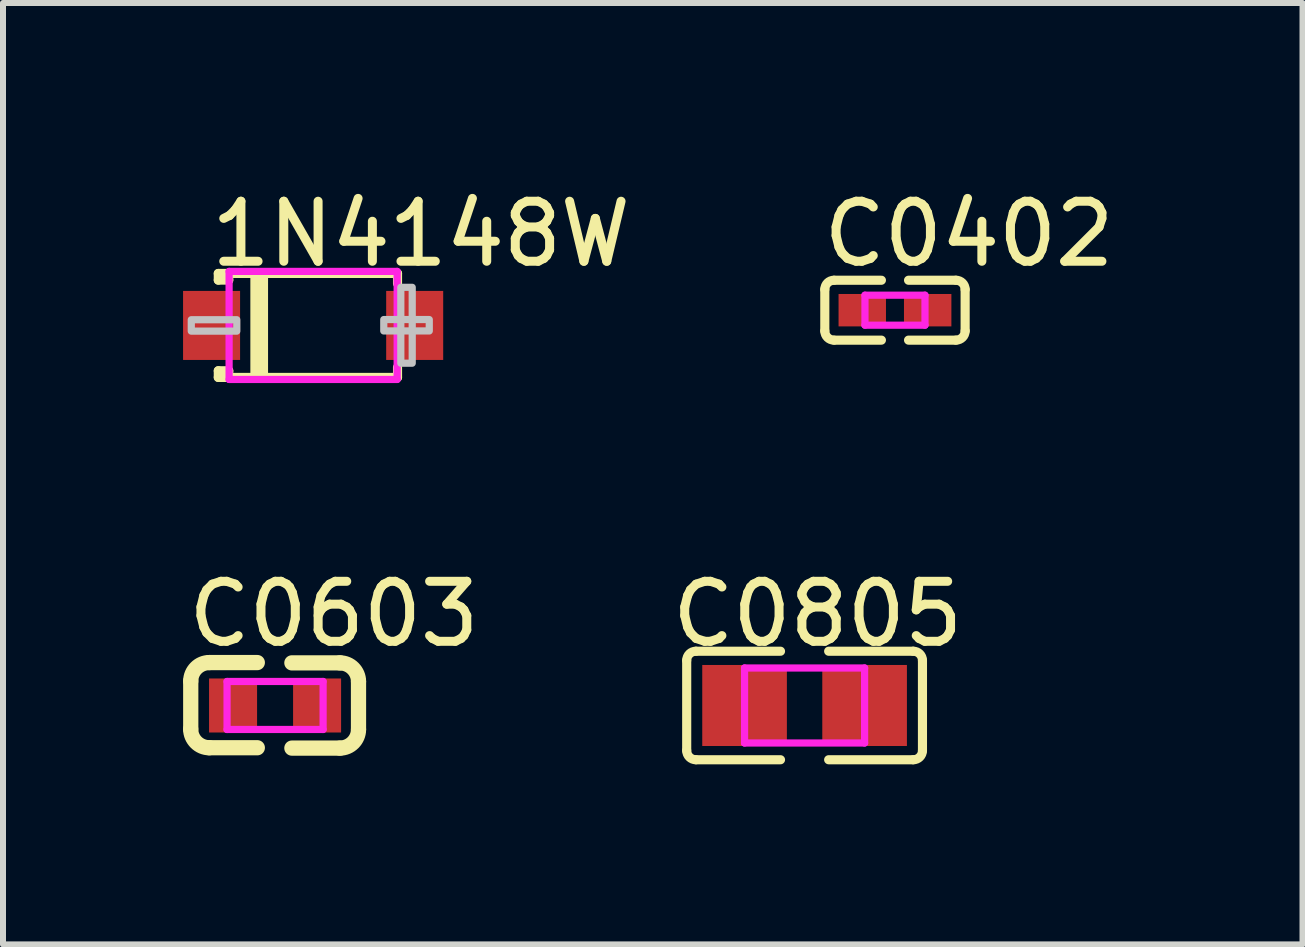
<source format=kicad_pcb>
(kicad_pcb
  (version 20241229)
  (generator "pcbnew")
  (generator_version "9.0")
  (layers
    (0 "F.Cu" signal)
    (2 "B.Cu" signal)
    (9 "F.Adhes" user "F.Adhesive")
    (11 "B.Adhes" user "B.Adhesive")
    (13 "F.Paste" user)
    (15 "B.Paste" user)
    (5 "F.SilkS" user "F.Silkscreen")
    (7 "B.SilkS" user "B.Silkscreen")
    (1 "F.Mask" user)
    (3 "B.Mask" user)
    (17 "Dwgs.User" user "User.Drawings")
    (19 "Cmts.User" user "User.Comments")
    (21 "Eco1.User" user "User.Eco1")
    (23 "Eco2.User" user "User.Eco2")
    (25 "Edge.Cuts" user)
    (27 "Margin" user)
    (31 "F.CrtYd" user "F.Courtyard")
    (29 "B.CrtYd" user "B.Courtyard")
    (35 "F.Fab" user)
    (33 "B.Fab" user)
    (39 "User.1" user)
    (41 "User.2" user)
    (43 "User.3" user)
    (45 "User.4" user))
  (footprint "C0402"
    (layer "F.Cu")
    (at 11.861 2.118)
    (property "Reference" "C0402" (at -1.27 -1.27 0) (layer "F.SilkS") (effects (font (size 1 1) (thickness 0.15)) (justify left)))
    (attr through_hole)
    (fp_line (start -1.169 0.346) (end -1.169 -0.346) (stroke (width 0.152) (type solid)) (layer "F.SilkS"))
    (fp_line (start -1.016 -0.499) (end -0.226 -0.499) (stroke (width 0.152) (type solid)) (layer "F.SilkS"))
    (fp_line (start -0.226 0.499) (end -1.016 0.499) (stroke (width 0.152) (type solid)) (layer "F.SilkS"))
    (fp_line (start 0.226 0.499) (end 1.016 0.499) (stroke (width 0.152) (type solid)) (layer "F.SilkS"))
    (fp_line (start 1.016 -0.499) (end 0.226 -0.499) (stroke (width 0.152) (type solid)) (layer "F.SilkS"))
    (fp_line (start 1.169 0.346) (end 1.169 -0.346) (stroke (width 0.152) (type solid)) (layer "F.SilkS"))
    (fp_arc (start -1.169 -0.346) (mid -1.124187 -0.454187) (end -1.016 -0.499) (stroke (width 0.152) (type solid)) (layer "F.SilkS"))
    (fp_arc (start -1.016 0.499) (mid -1.124187 0.454187) (end -1.169 0.346) (stroke (width 0.152) (type solid)) (layer "F.SilkS"))
    (fp_arc (start 1.016 -0.499) (mid 1.124187 -0.454187) (end 1.169 -0.346) (stroke (width 0.152) (type solid)) (layer "F.SilkS"))
    (fp_arc (start 1.169 0.346) (mid 1.124187 0.454187) (end 1.016 0.499) (stroke (width 0.152) (type solid)) (layer "F.SilkS"))
    (fp_poly (pts (xy -0.18 -0.225) (xy -0.18 0.225) (xy -0.25 0.275) (xy -0.73 0.275) (xy -0.78 0.225) (xy -0.78 -0.225) (xy -0.73 -0.275) (xy -0.25 -0.275)) (stroke (width 0.12) (type solid)) (fill yes) (layer "F.Paste"))
    (fp_poly (pts (xy 0.78 -0.225) (xy 0.78 0.225) (xy 0.73 0.275) (xy 0.25 0.275) (xy 0.18 0.225) (xy 0.18 -0.225) (xy 0.25 -0.275) (xy 0.73 -0.275)) (stroke (width 0.12) (type solid)) (fill yes) (layer "F.Paste"))
    (fp_circle (center -0.5 0.25) (end -0.47 0.25) (stroke (width 0.06) (type solid)) (fill no) (layer "Eco2.User"))
    (fp_poly (pts (xy -0.5 0.25) (xy -0.5 -0.25) (xy -0.25 -0.25) (xy -0.25 0.25)) (stroke (width 0.12) (type solid)) (fill no) (layer "Eco2.User"))
    (fp_poly (pts (xy 0.5 0.25) (xy 0.5 -0.25) (xy 0.25 -0.25) (xy 0.25 0.25)) (stroke (width 0.12) (type solid)) (fill no) (layer "Eco2.User"))
    (fp_line (start -0.5 -0.25) (end 0.5 -0.25) (stroke (width 0.12) (type solid)) (layer "F.CrtYd"))
    (fp_line (start -0.5 0.25) (end -0.5 -0.25) (stroke (width 0.12) (type solid)) (layer "F.CrtYd"))
    (fp_line (start 0.5 -0.25) (end 0.5 0.25) (stroke (width 0.12) (type solid)) (layer "F.CrtYd"))
    (fp_line (start 0.5 0.25) (end -0.5 0.25) (stroke (width 0.12) (type solid)) (layer "F.CrtYd"))
    (pad "1" smd rect (at -0.545 0) (size 0.79 0.54) (layers "F.Cu" "F.Mask" "F.Paste"))
    (pad "2" smd rect (at 0.545 0) (size 0.79 0.54) (layers "F.Cu" "F.Mask" "F.Paste")))
  (footprint "C0603"
    (layer "F.Cu")
    (at 1.533 8.704)
    (property "Reference" "C0603" (at -1.524 -1.524 0) (layer "F.SilkS") (effects (font (size 1 1) (thickness 0.15)) (justify left)))
    (attr through_hole)
    (fp_line (start -1.405 -0.406) (end -1.405 0.394) (stroke (width 0.254) (type solid)) (layer "F.SilkS"))
    (fp_line (start -0.296 -0.715) (end -1.096 -0.715) (stroke (width 0.254) (type solid)) (layer "F.SilkS"))
    (fp_line (start -0.296 0.704) (end -1.096 0.704) (stroke (width 0.254) (type solid)) (layer "F.SilkS"))
    (fp_line (start 0.28 -0.71) (end 1.08 -0.71) (stroke (width 0.254) (type solid)) (layer "F.SilkS"))
    (fp_line (start 0.28 0.71) (end 1.08 0.71) (stroke (width 0.254) (type solid)) (layer "F.SilkS"))
    (fp_line (start 1.39 -0.4) (end 1.39 0.4) (stroke (width 0.254) (type solid)) (layer "F.SilkS"))
    (fp_arc (start -1.405 -0.406) (mid -1.314496 -0.624496) (end -1.096 -0.715) (stroke (width 0.254) (type solid)) (layer "F.SilkS"))
    (fp_arc (start -1.095975 0.704) (mid -1.315194 0.613212) (end -1.406 0.394) (stroke (width 0.254) (type solid)) (layer "F.SilkS"))
    (fp_arc (start 1.079975 -0.71) (mid 1.299194 -0.619212) (end 1.39 -0.4) (stroke (width 0.254) (type solid)) (layer "F.SilkS"))
    (fp_arc (start 1.39 0.4) (mid 1.299203 0.619203) (end 1.08 0.71) (stroke (width 0.254) (type solid)) (layer "F.SilkS"))
    (fp_circle (center -0.8 0.4) (end -0.77 0.4) (stroke (width 0.06) (type solid)) (fill no) (layer "Eco2.User"))
    (fp_poly (pts (xy -0.8 0.4) (xy -0.8 -0.4) (xy -0.5 -0.4) (xy -0.5 0.4)) (stroke (width 0.12) (type solid)) (fill no) (layer "Eco2.User"))
    (fp_poly (pts (xy 0.8 0.4) (xy 0.8 -0.4) (xy 0.5 -0.4) (xy 0.5 0.4)) (stroke (width 0.12) (type solid)) (fill no) (layer "Eco2.User"))
    (fp_line (start -0.8 -0.4) (end 0.8 -0.4) (stroke (width 0.12) (type solid)) (layer "F.CrtYd"))
    (fp_line (start -0.8 0.4) (end -0.8 -0.4) (stroke (width 0.12) (type solid)) (layer "F.CrtYd"))
    (fp_line (start 0.8 -0.4) (end 0.8 0.4) (stroke (width 0.12) (type solid)) (layer "F.CrtYd"))
    (fp_line (start 0.8 0.4) (end -0.8 0.4) (stroke (width 0.12) (type solid)) (layer "F.CrtYd"))
    (pad "1" smd rect (at -0.7 0) (size 0.8 0.9) (layers "F.Cu" "F.Mask" "F.Paste"))
    (pad "2" smd rect (at 0.7 0) (size 0.8 0.9) (layers "F.Cu" "F.Mask" "F.Paste")))
  (footprint "C0805"
    (layer "F.Cu")
    (at 10.355 8.704)
    (property "Reference" "C0805" (at -2.286 -1.524 0) (layer "F.SilkS") (effects (font (size 1 1) (thickness 0.15)) (justify left)))
    (attr through_hole)
    (fp_line (start -1.964 0.751) (end -1.964 -0.751) (stroke (width 0.152) (type solid)) (layer "F.SilkS"))
    (fp_line (start -1.811 -0.904) (end -0.401 -0.904) (stroke (width 0.152) (type solid)) (layer "F.SilkS"))
    (fp_line (start -0.401 0.904) (end -1.811 0.904) (stroke (width 0.152) (type solid)) (layer "F.SilkS"))
    (fp_line (start 0.401 0.904) (end 1.811 0.904) (stroke (width 0.152) (type solid)) (layer "F.SilkS"))
    (fp_line (start 1.811 -0.904) (end 0.401 -0.904) (stroke (width 0.152) (type solid)) (layer "F.SilkS"))
    (fp_line (start 1.964 0.751) (end 1.964 -0.751) (stroke (width 0.152) (type solid)) (layer "F.SilkS"))
    (fp_arc (start -1.964 -0.751) (mid -1.919187 -0.859187) (end -1.811 -0.904) (stroke (width 0.152) (type solid)) (layer "F.SilkS"))
    (fp_arc (start -1.811 0.904) (mid -1.919187 0.859187) (end -1.964 0.751) (stroke (width 0.152) (type solid)) (layer "F.SilkS"))
    (fp_arc (start 1.811 -0.904) (mid 1.919187 -0.859187) (end 1.964 -0.751) (stroke (width 0.152) (type solid)) (layer "F.SilkS"))
    (fp_arc (start 1.964 0.751) (mid 1.919187 0.859187) (end 1.811 0.904) (stroke (width 0.152) (type solid)) (layer "F.SilkS"))
    (fp_poly (pts (xy -1.705 0.64) (xy -1.705 -0.64) (xy -1.655 -0.69) (xy -0.505 -0.69) (xy -0.455 -0.64) (xy -0.45 -0.23) (xy -0.9 -0.23) (xy -0.9 0.22) (xy -0.46 0.22) (xy -0.455 0.64) (xy -0.505 0.69) (xy -1.655 0.69)) (stroke (width 0.12) (type solid)) (fill yes) (layer "F.Paste"))
    (fp_poly (pts (xy 1.705 -0.64) (xy 1.705 0.64) (xy 1.655 0.69) (xy 0.505 0.69) (xy 0.455 0.64) (xy 0.45 0.23) (xy 0.9 0.23) (xy 0.9 -0.22) (xy 0.46 -0.22) (xy 0.455 -0.64) (xy 0.505 -0.69) (xy 1.655 -0.69)) (stroke (width 0.12) (type solid)) (fill yes) (layer "F.Paste"))
    (fp_circle (center -1 0.625) (end -0.97 0.625) (stroke (width 0.06) (type solid)) (fill no) (layer "Eco2.User"))
    (fp_poly (pts (xy -1 0.625) (xy -1 -0.625) (xy -0.5 -0.625) (xy -0.5 0.625)) (stroke (width 0.12) (type solid)) (fill no) (layer "Eco2.User"))
    (fp_poly (pts (xy 1 -0.625) (xy 1 0.625) (xy 0.5 0.625) (xy 0.5 -0.625)) (stroke (width 0.12) (type solid)) (fill no) (layer "Eco2.User"))
    (fp_line (start -1 -0.625) (end 1 -0.625) (stroke (width 0.12) (type solid)) (layer "F.CrtYd"))
    (fp_line (start -1 0.625) (end -1 -0.625) (stroke (width 0.12) (type solid)) (layer "F.CrtYd"))
    (fp_line (start 1 -0.625) (end 1 0.625) (stroke (width 0.12) (type solid)) (layer "F.CrtYd"))
    (fp_line (start 1 0.625) (end -1 0.625) (stroke (width 0.12) (type solid)) (layer "F.CrtYd"))
    (pad "1" smd rect (at -1 0) (size 1.41 1.35) (layers "F.Cu" "F.Mask" "F.Paste"))
    (pad "2" smd rect (at 1 0) (size 1.41 1.35) (layers "F.Cu" "F.Mask" "F.Paste")))
  (footprint "1N4148W"
    (layer "F.Cu")
    (at 2.167 2.372)
    (property "Reference" "1N4148W" (at -1.778 -1.524 0) (layer "F.SilkS") (effects (font (size 1 1) (thickness 0.15)) (justify left)))
    (attr through_hole)
    (fp_line (start -1.58 -0.866) (end -1.406 -0.866) (stroke (width 0.152) (type solid)) (layer "F.SilkS"))
    (fp_line (start -1.58 -0.755) (end -1.58 -0.866) (stroke (width 0.152) (type solid)) (layer "F.SilkS"))
    (fp_line (start -1.58 -0.755) (end -1.406 -0.755) (stroke (width 0.152) (type solid)) (layer "F.SilkS"))
    (fp_line (start -1.58 0.755) (end -1.406 0.755) (stroke (width 0.152) (type solid)) (layer "F.SilkS"))
    (fp_line (start -1.58 0.866) (end -1.58 0.755) (stroke (width 0.152) (type solid)) (layer "F.SilkS"))
    (fp_line (start -1.406 -0.866) (end -1.406 -0.755) (stroke (width 0.152) (type solid)) (layer "F.SilkS"))
    (fp_line (start -1.406 -0.866) (end 1.406 -0.866) (stroke (width 0.152) (type solid)) (layer "F.SilkS"))
    (fp_line (start -1.406 0.755) (end -1.406 0.866) (stroke (width 0.152) (type solid)) (layer "F.SilkS"))
    (fp_line (start -1.406 0.866) (end -1.58 0.866) (stroke (width 0.152) (type solid)) (layer "F.SilkS"))
    (fp_line (start -1.406 0.866) (end 1.406 0.866) (stroke (width 0.152) (type solid)) (layer "F.SilkS"))
    (fp_line (start -0.97 -0.866) (end -0.97 0.866) (stroke (width 0.152) (type solid)) (layer "F.SilkS"))
    (fp_line (start -0.827 -0.866) (end -0.827 0.866) (stroke (width 0.152) (type solid)) (layer "F.SilkS"))
    (fp_line (start 1.406 -0.866) (end 1.406 -0.698) (stroke (width 0.152) (type solid)) (layer "F.SilkS"))
    (fp_line (start 1.406 0.866) (end 1.406 0.698) (stroke (width 0.152) (type solid)) (layer "F.SilkS"))
    (fp_poly (pts (xy -2.03 -0.095) (xy -2.03 0.095) (xy -1.272 0.095) (xy -1.272 -0.095)) (stroke (width 0.12) (type solid)) (fill no) (layer "Dwgs.User"))
    (fp_poly (pts (xy 1.651 -0.635) (xy 1.651 0.629) (xy 1.461 0.629) (xy 1.461 -0.635)) (stroke (width 0.12) (type solid)) (fill no) (layer "Dwgs.User"))
    (fp_poly (pts (xy 1.935 -0.098) (xy 1.935 0.092) (xy 1.177 0.092) (xy 1.177 -0.098)) (stroke (width 0.12) (type solid)) (fill no) (layer "Dwgs.User"))
    (fp_circle (center -1.85 0.9) (end -1.82 0.9) (stroke (width 0.06) (type solid)) (fill no) (layer "Eco2.User"))
    (fp_poly (pts (xy -1.851 0.465) (xy -1.851 -0.465) (xy -1.301 -0.465) (xy -1.301 0.465)) (stroke (width 0.12) (type solid)) (fill no) (layer "Eco2.User"))
    (fp_poly (pts (xy 1.851 0.465) (xy 1.851 -0.465) (xy 1.301 -0.465) (xy 1.301 0.465)) (stroke (width 0.12) (type solid)) (fill no) (layer "Eco2.User"))
    (fp_line (start -1.4 -0.9) (end 1.4 -0.9) (stroke (width 0.12) (type solid)) (layer "F.CrtYd"))
    (fp_line (start -1.4 0.9) (end -1.4 -0.9) (stroke (width 0.12) (type solid)) (layer "F.CrtYd"))
    (fp_line (start 1.4 -0.9) (end 1.4 0.9) (stroke (width 0.12) (type solid)) (layer "F.CrtYd"))
    (fp_line (start 1.4 0.9) (end -1.4 0.9) (stroke (width 0.12) (type solid)) (layer "F.CrtYd"))
    (pad "1" smd rect (at -1.692 0) (size 0.95 1.15) (layers "F.Cu" "F.Mask" "F.Paste"))
    (pad "2" smd rect (at 1.692 0) (size 0.95 1.15) (layers "F.Cu" "F.Mask" "F.Paste")))
  (gr_rect
    (start -3 -3)
    (end 18.651 12.684)
    (stroke (width 0.1) (type default))
    (fill no)
    (layer "Edge.Cuts")))
</source>
